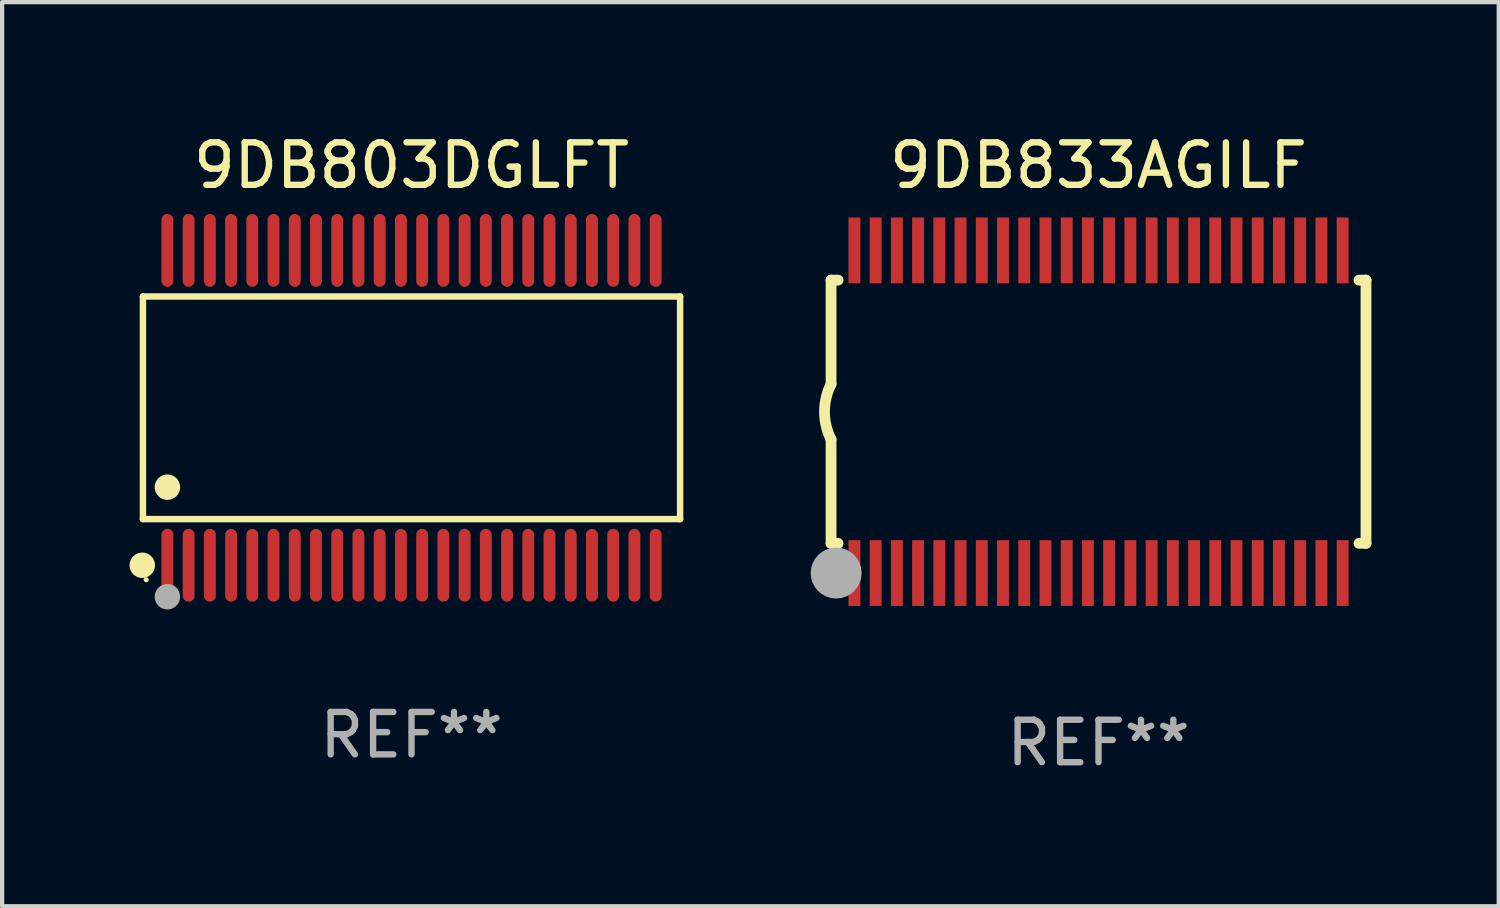
<source format=kicad_pcb>
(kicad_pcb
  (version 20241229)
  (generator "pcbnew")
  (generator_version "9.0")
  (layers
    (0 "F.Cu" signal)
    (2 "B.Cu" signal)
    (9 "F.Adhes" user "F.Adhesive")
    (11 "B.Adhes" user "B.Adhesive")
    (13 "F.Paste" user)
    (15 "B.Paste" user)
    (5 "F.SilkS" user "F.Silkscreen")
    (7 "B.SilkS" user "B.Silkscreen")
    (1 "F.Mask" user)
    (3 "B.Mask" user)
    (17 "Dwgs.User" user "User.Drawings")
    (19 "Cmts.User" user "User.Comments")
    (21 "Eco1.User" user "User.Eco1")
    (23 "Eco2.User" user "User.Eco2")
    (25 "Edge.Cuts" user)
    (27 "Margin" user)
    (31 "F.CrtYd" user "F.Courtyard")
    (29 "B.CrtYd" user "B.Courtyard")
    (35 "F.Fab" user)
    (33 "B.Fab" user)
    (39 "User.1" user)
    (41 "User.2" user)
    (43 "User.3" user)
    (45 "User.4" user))
  (footprint "9DB803DGLFT"
    (layer "F.Cu")
    (at 6.643 6.556)
    (property "Reference" "9DB803DGLFT" (at 0 -5.708 0) (layer "F.SilkS") (effects (font (size 1 1) (thickness 0.15))))
    (attr through_hole)
    (fp_line (start -6.326 -2.622) (end 6.326 -2.622) (stroke (width 0.152) (type solid)) (layer "F.SilkS"))
    (fp_line (start -6.326 2.621) (end -6.326 -2.622) (stroke (width 0.152) (type solid)) (layer "F.SilkS"))
    (fp_line (start 6.326 -2.622) (end 6.326 2.621) (stroke (width 0.152) (type solid)) (layer "F.SilkS"))
    (fp_line (start 6.326 2.621) (end -6.326 2.621) (stroke (width 0.152) (type solid)) (layer "F.SilkS"))
    (fp_circle (center -6.342 3.708) (end -6.192 3.708) (stroke (width 0.3) (type solid)) (fill no) (layer "F.SilkS"))
    (fp_circle (center -6.25 4.05) (end -6.22 4.05) (stroke (width 0.06) (type solid)) (fill no) (layer "F.SilkS"))
    (fp_circle (center -5.75 1.869) (end -5.6 1.869) (stroke (width 0.3) (type solid)) (fill no) (layer "F.SilkS"))
    (fp_circle (center -5.75 4.45) (end -5.6 4.45) (stroke (width 0.3) (type solid)) (fill no) (layer "F.Fab"))
    (fp_text user "REF**" (at 0 7.708 0) (layer "F.Fab") (effects (font (size 1 1) (thickness 0.15))))
    (pad "1" smd oval (at -5.75 3.708) (size 0.28 1.715) (layers "F.Cu" "F.Mask" "F.Paste"))
    (pad "2" smd oval (at -5.25 3.708) (size 0.28 1.715) (layers "F.Cu" "F.Mask" "F.Paste"))
    (pad "3" smd oval (at -4.75 3.708) (size 0.28 1.715) (layers "F.Cu" "F.Mask" "F.Paste"))
    (pad "4" smd oval (at -4.25 3.708) (size 0.28 1.715) (layers "F.Cu" "F.Mask" "F.Paste"))
    (pad "5" smd oval (at -3.75 3.708) (size 0.28 1.715) (layers "F.Cu" "F.Mask" "F.Paste"))
    (pad "6" smd oval (at -3.25 3.708) (size 0.28 1.715) (layers "F.Cu" "F.Mask" "F.Paste"))
    (pad "7" smd oval (at -2.75 3.708) (size 0.28 1.715) (layers "F.Cu" "F.Mask" "F.Paste"))
    (pad "8" smd oval (at -2.25 3.708) (size 0.28 1.715) (layers "F.Cu" "F.Mask" "F.Paste"))
    (pad "9" smd oval (at -1.75 3.708) (size 0.28 1.715) (layers "F.Cu" "F.Mask" "F.Paste"))
    (pad "10" smd oval (at -1.25 3.708) (size 0.28 1.715) (layers "F.Cu" "F.Mask" "F.Paste"))
    (pad "11" smd oval (at -0.75 3.708) (size 0.28 1.715) (layers "F.Cu" "F.Mask" "F.Paste"))
    (pad "12" smd oval (at -0.25 3.708) (size 0.28 1.715) (layers "F.Cu" "F.Mask" "F.Paste"))
    (pad "13" smd oval (at 0.25 3.708) (size 0.28 1.715) (layers "F.Cu" "F.Mask" "F.Paste"))
    (pad "14" smd oval (at 0.75 3.708) (size 0.28 1.715) (layers "F.Cu" "F.Mask" "F.Paste"))
    (pad "15" smd oval (at 1.25 3.708) (size 0.28 1.715) (layers "F.Cu" "F.Mask" "F.Paste"))
    (pad "16" smd oval (at 1.75 3.708) (size 0.28 1.715) (layers "F.Cu" "F.Mask" "F.Paste"))
    (pad "17" smd oval (at 2.25 3.708) (size 0.28 1.715) (layers "F.Cu" "F.Mask" "F.Paste"))
    (pad "18" smd oval (at 2.75 3.708) (size 0.28 1.715) (layers "F.Cu" "F.Mask" "F.Paste"))
    (pad "19" smd oval (at 3.25 3.708) (size 0.28 1.715) (layers "F.Cu" "F.Mask" "F.Paste"))
    (pad "20" smd oval (at 3.75 3.708) (size 0.28 1.715) (layers "F.Cu" "F.Mask" "F.Paste"))
    (pad "21" smd oval (at 4.25 3.708) (size 0.28 1.715) (layers "F.Cu" "F.Mask" "F.Paste"))
    (pad "22" smd oval (at 4.75 3.708) (size 0.28 1.715) (layers "F.Cu" "F.Mask" "F.Paste"))
    (pad "23" smd oval (at 5.25 3.708) (size 0.28 1.715) (layers "F.Cu" "F.Mask" "F.Paste"))
    (pad "24" smd oval (at 5.75 3.708) (size 0.28 1.715) (layers "F.Cu" "F.Mask" "F.Paste"))
    (pad "25" smd oval (at 5.75 -3.708) (size 0.28 1.715) (layers "F.Cu" "F.Mask" "F.Paste"))
    (pad "26" smd oval (at 5.25 -3.708) (size 0.28 1.715) (layers "F.Cu" "F.Mask" "F.Paste"))
    (pad "27" smd oval (at 4.75 -3.708) (size 0.28 1.715) (layers "F.Cu" "F.Mask" "F.Paste"))
    (pad "28" smd oval (at 4.25 -3.708) (size 0.28 1.715) (layers "F.Cu" "F.Mask" "F.Paste"))
    (pad "29" smd oval (at 3.75 -3.708) (size 0.28 1.715) (layers "F.Cu" "F.Mask" "F.Paste"))
    (pad "30" smd oval (at 3.25 -3.708) (size 0.28 1.715) (layers "F.Cu" "F.Mask" "F.Paste"))
    (pad "31" smd oval (at 2.75 -3.708) (size 0.28 1.715) (layers "F.Cu" "F.Mask" "F.Paste"))
    (pad "32" smd oval (at 2.25 -3.708) (size 0.28 1.715) (layers "F.Cu" "F.Mask" "F.Paste"))
    (pad "33" smd oval (at 1.75 -3.708) (size 0.28 1.715) (layers "F.Cu" "F.Mask" "F.Paste"))
    (pad "34" smd oval (at 1.25 -3.708) (size 0.28 1.715) (layers "F.Cu" "F.Mask" "F.Paste"))
    (pad "35" smd oval (at 0.75 -3.708) (size 0.28 1.715) (layers "F.Cu" "F.Mask" "F.Paste"))
    (pad "36" smd oval (at 0.25 -3.708) (size 0.28 1.715) (layers "F.Cu" "F.Mask" "F.Paste"))
    (pad "37" smd oval (at -0.25 -3.708) (size 0.28 1.715) (layers "F.Cu" "F.Mask" "F.Paste"))
    (pad "38" smd oval (at -0.75 -3.708) (size 0.28 1.715) (layers "F.Cu" "F.Mask" "F.Paste"))
    (pad "39" smd oval (at -1.25 -3.708) (size 0.28 1.715) (layers "F.Cu" "F.Mask" "F.Paste"))
    (pad "40" smd oval (at -1.75 -3.708) (size 0.28 1.715) (layers "F.Cu" "F.Mask" "F.Paste"))
    (pad "41" smd oval (at -2.25 -3.708) (size 0.28 1.715) (layers "F.Cu" "F.Mask" "F.Paste"))
    (pad "42" smd oval (at -2.75 -3.708) (size 0.28 1.715) (layers "F.Cu" "F.Mask" "F.Paste"))
    (pad "43" smd oval (at -3.25 -3.708) (size 0.28 1.715) (layers "F.Cu" "F.Mask" "F.Paste"))
    (pad "44" smd oval (at -3.75 -3.708) (size 0.28 1.715) (layers "F.Cu" "F.Mask" "F.Paste"))
    (pad "45" smd oval (at -4.25 -3.708) (size 0.28 1.715) (layers "F.Cu" "F.Mask" "F.Paste"))
    (pad "46" smd oval (at -4.75 -3.708) (size 0.28 1.715) (layers "F.Cu" "F.Mask" "F.Paste"))
    (pad "47" smd oval (at -5.25 -3.708) (size 0.28 1.715) (layers "F.Cu" "F.Mask" "F.Paste"))
    (pad "48" smd oval (at -5.75 -3.708) (size 0.28 1.715) (layers "F.Cu" "F.Mask" "F.Paste")))
  (footprint "9DB833AGILF"
    (layer "F.Cu")
    (at 22.825 6.648)
    (property "Reference" "9DB833AGILF" (at 0 -5.8 0) (layer "F.SilkS") (effects (font (size 1 1) (thickness 0.15))))
    (attr through_hole)
    (fp_line (start -6.3 -3.1) (end -6.3 -0.65) (stroke (width 0.254) (type solid)) (layer "F.SilkS"))
    (fp_line (start -6.3 -3.1) (end -6.134 -3.1) (stroke (width 0.254) (type solid)) (layer "F.SilkS"))
    (fp_line (start -6.3 3.1) (end -6.3 0.65) (stroke (width 0.254) (type solid)) (layer "F.SilkS"))
    (fp_line (start -6.3 3.1) (end -6.134 3.1) (stroke (width 0.254) (type solid)) (layer "F.SilkS"))
    (fp_line (start 6.134 -3.1) (end 6.3 -3.1) (stroke (width 0.254) (type solid)) (layer "F.SilkS"))
    (fp_line (start 6.134 3.1) (end 6.3 3.1) (stroke (width 0.254) (type solid)) (layer "F.SilkS"))
    (fp_line (start 6.3 -3.1) (end 6.3 3.1) (stroke (width 0.254) (type solid)) (layer "F.SilkS"))
    (fp_arc (start -6.301016 0.650114) (mid -6.45413 -0.000082) (end -6.3 -0.650038) (stroke (width 0.254001) (type solid)) (layer "F.SilkS"))
    (fp_circle (center -6.35 3.81) (end -6.223 3.81) (stroke (width 0.254) (type solid)) (fill no) (layer "F.SilkS"))
    (fp_circle (center -6.25 4.05) (end -6.22 4.05) (stroke (width 0.06) (type solid)) (fill no) (layer "F.SilkS"))
    (fp_circle (center -6.18 3.8) (end -5.88 3.8) (stroke (width 0.6) (type solid)) (fill no) (layer "F.Fab"))
    (fp_text user "REF**" (at 0 7.8 0) (layer "F.Fab") (effects (font (size 1 1) (thickness 0.15))))
    (pad "1" smd rect (at -5.75 3.8) (size 0.28 1.55) (layers "F.Cu" "F.Mask" "F.Paste"))
    (pad "2" smd rect (at -5.25 3.8) (size 0.28 1.55) (layers "F.Cu" "F.Mask" "F.Paste"))
    (pad "3" smd rect (at -4.75 3.8) (size 0.28 1.55) (layers "F.Cu" "F.Mask" "F.Paste"))
    (pad "4" smd rect (at -4.25 3.8) (size 0.28 1.55) (layers "F.Cu" "F.Mask" "F.Paste"))
    (pad "5" smd rect (at -3.75 3.8) (size 0.28 1.55) (layers "F.Cu" "F.Mask" "F.Paste"))
    (pad "6" smd rect (at -3.25 3.8) (size 0.28 1.55) (layers "F.Cu" "F.Mask" "F.Paste"))
    (pad "7" smd rect (at -2.75 3.8) (size 0.28 1.55) (layers "F.Cu" "F.Mask" "F.Paste"))
    (pad "8" smd rect (at -2.25 3.8) (size 0.28 1.55) (layers "F.Cu" "F.Mask" "F.Paste"))
    (pad "9" smd rect (at -1.75 3.8) (size 0.28 1.55) (layers "F.Cu" "F.Mask" "F.Paste"))
    (pad "10" smd rect (at -1.25 3.8) (size 0.28 1.55) (layers "F.Cu" "F.Mask" "F.Paste"))
    (pad "11" smd rect (at -0.75 3.8) (size 0.28 1.55) (layers "F.Cu" "F.Mask" "F.Paste"))
    (pad "12" smd rect (at -0.25 3.8) (size 0.28 1.55) (layers "F.Cu" "F.Mask" "F.Paste"))
    (pad "13" smd rect (at 0.25 3.8) (size 0.28 1.55) (layers "F.Cu" "F.Mask" "F.Paste"))
    (pad "14" smd rect (at 0.75 3.8) (size 0.28 1.55) (layers "F.Cu" "F.Mask" "F.Paste"))
    (pad "15" smd rect (at 1.25 3.8) (size 0.28 1.55) (layers "F.Cu" "F.Mask" "F.Paste"))
    (pad "16" smd rect (at 1.75 3.8) (size 0.28 1.55) (layers "F.Cu" "F.Mask" "F.Paste"))
    (pad "17" smd rect (at 2.25 3.8) (size 0.28 1.55) (layers "F.Cu" "F.Mask" "F.Paste"))
    (pad "18" smd rect (at 2.75 3.8) (size 0.28 1.55) (layers "F.Cu" "F.Mask" "F.Paste"))
    (pad "19" smd rect (at 3.25 3.8) (size 0.28 1.55) (layers "F.Cu" "F.Mask" "F.Paste"))
    (pad "20" smd rect (at 3.75 3.8) (size 0.28 1.55) (layers "F.Cu" "F.Mask" "F.Paste"))
    (pad "21" smd rect (at 4.25 3.8) (size 0.28 1.55) (layers "F.Cu" "F.Mask" "F.Paste"))
    (pad "22" smd rect (at 4.75 3.8) (size 0.28 1.55) (layers "F.Cu" "F.Mask" "F.Paste"))
    (pad "23" smd rect (at 5.25 3.8) (size 0.28 1.55) (layers "F.Cu" "F.Mask" "F.Paste"))
    (pad "24" smd rect (at 5.75 3.8) (size 0.28 1.55) (layers "F.Cu" "F.Mask" "F.Paste"))
    (pad "25" smd rect (at 5.75 -3.8) (size 0.28 1.55) (layers "F.Cu" "F.Mask" "F.Paste"))
    (pad "26" smd rect (at 5.25 -3.8) (size 0.28 1.55) (layers "F.Cu" "F.Mask" "F.Paste"))
    (pad "27" smd rect (at 4.75 -3.8) (size 0.28 1.55) (layers "F.Cu" "F.Mask" "F.Paste"))
    (pad "28" smd rect (at 4.25 -3.8) (size 0.28 1.55) (layers "F.Cu" "F.Mask" "F.Paste"))
    (pad "29" smd rect (at 3.75 -3.8) (size 0.28 1.55) (layers "F.Cu" "F.Mask" "F.Paste"))
    (pad "30" smd rect (at 3.25 -3.8) (size 0.28 1.55) (layers "F.Cu" "F.Mask" "F.Paste"))
    (pad "31" smd rect (at 2.75 -3.8) (size 0.28 1.55) (layers "F.Cu" "F.Mask" "F.Paste"))
    (pad "32" smd rect (at 2.25 -3.8) (size 0.28 1.55) (layers "F.Cu" "F.Mask" "F.Paste"))
    (pad "33" smd rect (at 1.75 -3.8) (size 0.28 1.55) (layers "F.Cu" "F.Mask" "F.Paste"))
    (pad "34" smd rect (at 1.25 -3.8) (size 0.28 1.55) (layers "F.Cu" "F.Mask" "F.Paste"))
    (pad "35" smd rect (at 0.75 -3.8) (size 0.28 1.55) (layers "F.Cu" "F.Mask" "F.Paste"))
    (pad "36" smd rect (at 0.25 -3.8) (size 0.28 1.55) (layers "F.Cu" "F.Mask" "F.Paste"))
    (pad "37" smd rect (at -0.25 -3.8) (size 0.28 1.55) (layers "F.Cu" "F.Mask" "F.Paste"))
    (pad "38" smd rect (at -0.75 -3.8) (size 0.28 1.55) (layers "F.Cu" "F.Mask" "F.Paste"))
    (pad "39" smd rect (at -1.25 -3.8) (size 0.28 1.55) (layers "F.Cu" "F.Mask" "F.Paste"))
    (pad "40" smd rect (at -1.75 -3.8) (size 0.28 1.55) (layers "F.Cu" "F.Mask" "F.Paste"))
    (pad "41" smd rect (at -2.25 -3.8) (size 0.28 1.55) (layers "F.Cu" "F.Mask" "F.Paste"))
    (pad "42" smd rect (at -2.75 -3.8) (size 0.28 1.55) (layers "F.Cu" "F.Mask" "F.Paste"))
    (pad "43" smd rect (at -3.25 -3.8) (size 0.28 1.55) (layers "F.Cu" "F.Mask" "F.Paste"))
    (pad "44" smd rect (at -3.75 -3.8) (size 0.28 1.55) (layers "F.Cu" "F.Mask" "F.Paste"))
    (pad "45" smd rect (at -4.25 -3.8) (size 0.28 1.55) (layers "F.Cu" "F.Mask" "F.Paste"))
    (pad "46" smd rect (at -4.75 -3.8) (size 0.28 1.55) (layers "F.Cu" "F.Mask" "F.Paste"))
    (pad "47" smd rect (at -5.25 -3.8) (size 0.28 1.55) (layers "F.Cu" "F.Mask" "F.Paste"))
    (pad "48" smd rect (at -5.75 -3.8) (size 0.28 1.55) (layers "F.Cu" "F.Mask" "F.Paste")))
  (gr_rect
    (start -3 -3)
    (end 32.252 18.296)
    (stroke (width 0.1) (type default))
    (fill no)
    (layer "Edge.Cuts")))
</source>
